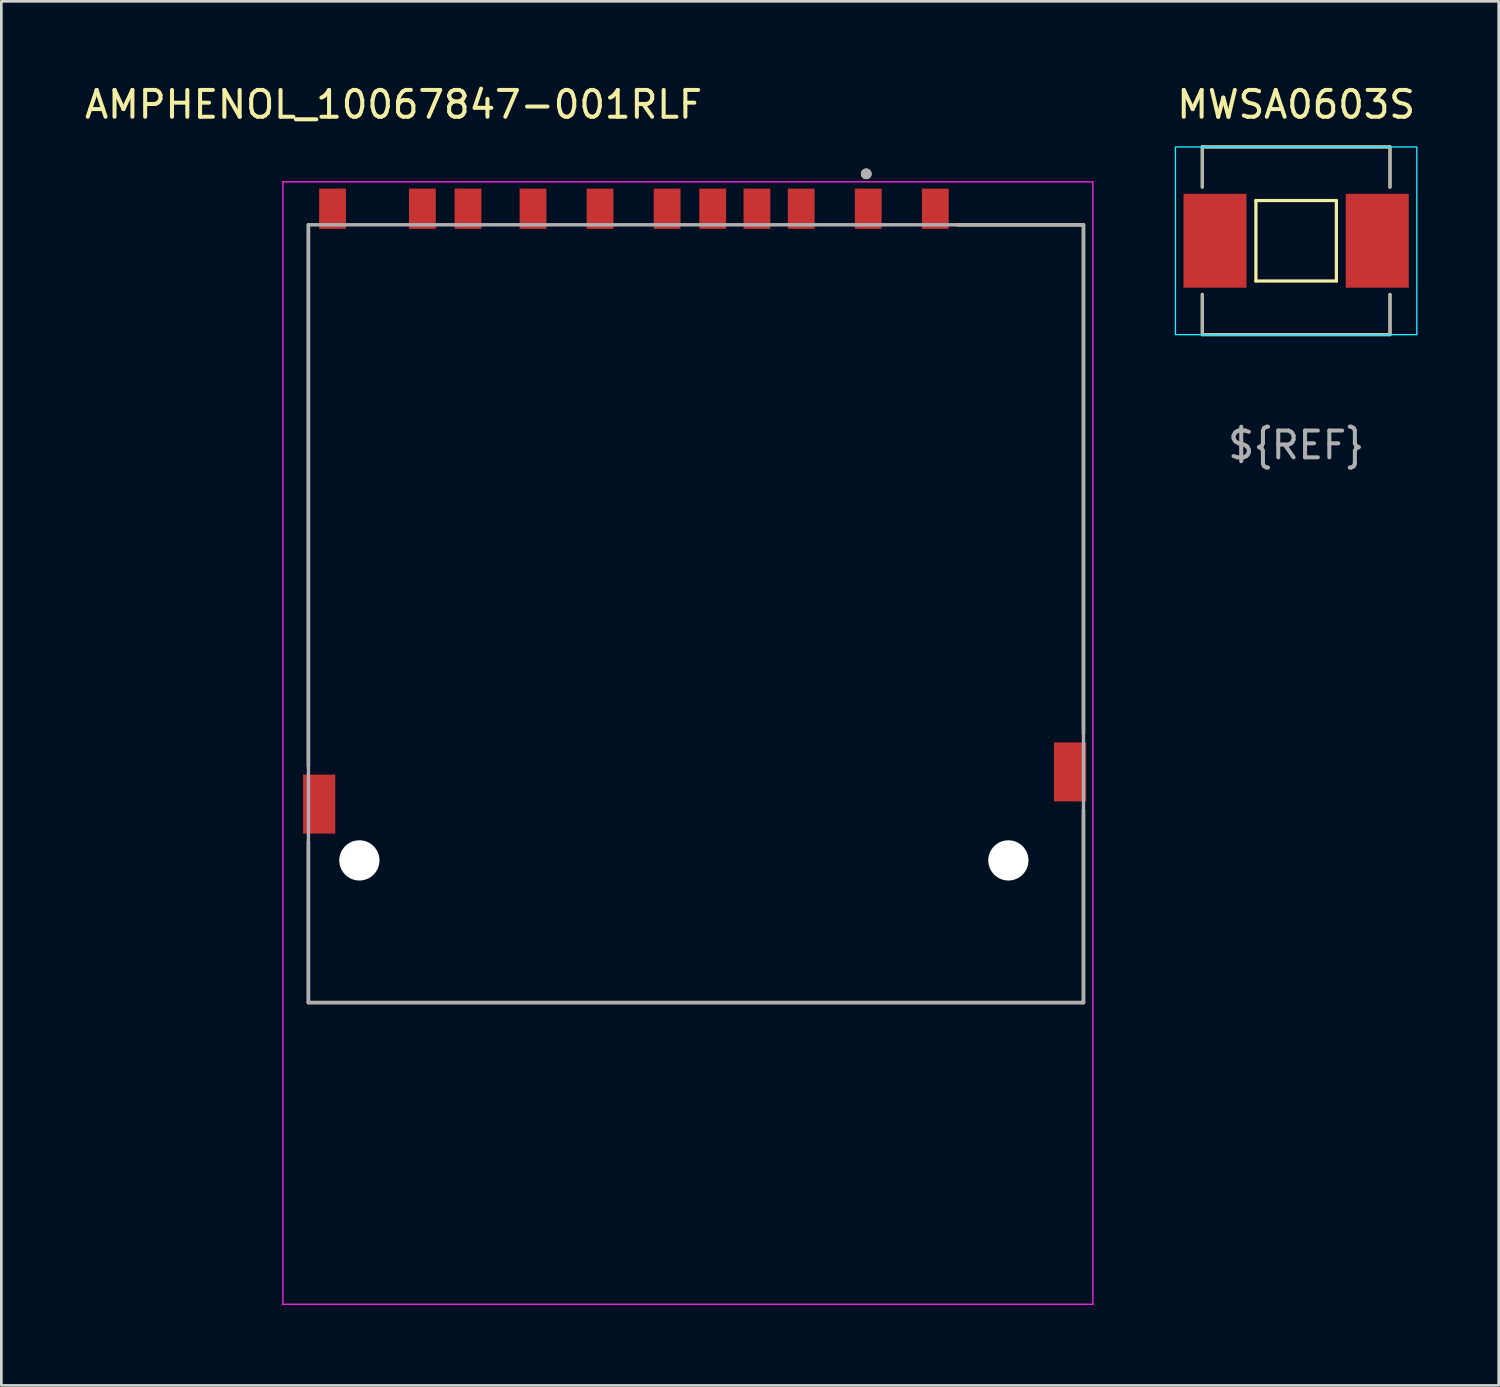
<source format=kicad_pcb>
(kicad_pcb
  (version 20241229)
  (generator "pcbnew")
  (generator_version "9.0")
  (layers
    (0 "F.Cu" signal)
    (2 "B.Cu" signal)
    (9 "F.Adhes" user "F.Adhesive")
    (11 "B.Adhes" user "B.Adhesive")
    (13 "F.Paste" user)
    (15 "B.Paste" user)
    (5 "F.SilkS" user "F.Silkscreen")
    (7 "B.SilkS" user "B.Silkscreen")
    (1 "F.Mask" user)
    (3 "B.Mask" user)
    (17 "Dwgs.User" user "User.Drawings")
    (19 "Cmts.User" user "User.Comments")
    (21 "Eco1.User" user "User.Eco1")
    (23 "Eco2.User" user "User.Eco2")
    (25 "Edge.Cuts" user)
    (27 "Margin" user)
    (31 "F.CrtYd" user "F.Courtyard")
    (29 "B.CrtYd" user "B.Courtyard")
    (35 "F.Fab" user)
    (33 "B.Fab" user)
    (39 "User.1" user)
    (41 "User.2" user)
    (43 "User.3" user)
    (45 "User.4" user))
  (footprint "AMPHENOL_10067847-001RLF"
    (layer "F.Cu")
    (at 22.45 29.032)
    (property "Reference" "AMPHENOL_10067847-001RLF" (at -10.825 -28.184 0) (layer "F.SilkS") (effects (font (size 1 1) (thickness 0.15))))
    (attr smd)
    (fp_line (start -14 -23.7) (end -14 -3.52) (stroke (width 0.127) (type solid)) (layer "F.SilkS"))
    (fp_line (start -14 -0.68) (end -14 5.3) (stroke (width 0.127) (type solid)) (layer "F.SilkS"))
    (fp_line (start -14 5.3) (end 14.9 5.3) (stroke (width 0.127) (type solid)) (layer "F.SilkS"))
    (fp_line (start 10.195 -23.7) (end 14.9 -23.7) (stroke (width 0.127) (type solid)) (layer "F.SilkS"))
    (fp_line (start 14.9 -23.7) (end 14.9 -4.72) (stroke (width 0.127) (type solid)) (layer "F.SilkS"))
    (fp_line (start 14.9 5.3) (end 14.9 -1.88) (stroke (width 0.127) (type solid)) (layer "F.SilkS"))
    (fp_circle (center 6.8 -25.6) (end 6.9 -25.6) (stroke (width 0.2) (type solid)) (fill no) (layer "F.SilkS"))
    (fp_line (start -14.95 -25.3) (end 15.25 -25.3) (stroke (width 0.05) (type solid)) (layer "F.CrtYd"))
    (fp_line (start -14.95 16.55) (end -14.95 -25.3) (stroke (width 0.05) (type solid)) (layer "F.CrtYd"))
    (fp_line (start 15.25 -25.3) (end 15.25 16.55) (stroke (width 0.05) (type solid)) (layer "F.CrtYd"))
    (fp_line (start 15.25 16.55) (end -14.95 16.55) (stroke (width 0.05) (type solid)) (layer "F.CrtYd"))
    (fp_line (start -14 -23.7) (end 14.9 -23.7) (stroke (width 0.127) (type solid)) (layer "F.Fab"))
    (fp_line (start -14 5.3) (end -14 -23.7) (stroke (width 0.127) (type solid)) (layer "F.Fab"))
    (fp_line (start 14.9 -23.7) (end 14.9 5.3) (stroke (width 0.127) (type solid)) (layer "F.Fab"))
    (fp_line (start 14.9 5.3) (end -14 5.3) (stroke (width 0.127) (type solid)) (layer "F.Fab"))
    (fp_circle (center 6.8 -25.6) (end 6.9 -25.6) (stroke (width 0.2) (type solid)) (fill no) (layer "F.Fab"))
    (pad "" np_thru_hole circle (at -12.1 0) (size 1.5 1.5) (drill 1.5) (layers "*.Cu" "*.Mask"))
    (pad "" np_thru_hole circle (at 12.1 0) (size 1.5 1.5) (drill 1.5) (layers "*.Cu" "*.Mask"))
    (pad "1" smd rect (at 6.875 -24.3) (size 1 1.5) (layers "F.Cu" "F.Mask" "F.Paste"))
    (pad "2" smd rect (at 4.375 -24.3) (size 1 1.5) (layers "F.Cu" "F.Mask" "F.Paste"))
    (pad "3" smd rect (at 1.075 -24.3) (size 1 1.5) (layers "F.Cu" "F.Mask" "F.Paste"))
    (pad "4" smd rect (at -0.625 -24.3) (size 1 1.5) (layers "F.Cu" "F.Mask" "F.Paste"))
    (pad "5" smd rect (at -3.125 -24.3) (size 1 1.5) (layers "F.Cu" "F.Mask" "F.Paste"))
    (pad "6" smd rect (at -5.625 -24.3) (size 1 1.5) (layers "F.Cu" "F.Mask" "F.Paste"))
    (pad "7" smd rect (at -8.05 -24.3) (size 1 1.5) (layers "F.Cu" "F.Mask" "F.Paste"))
    (pad "8" smd rect (at -9.75 -24.3) (size 1 1.5) (layers "F.Cu" "F.Mask" "F.Paste"))
    (pad "9" smd rect (at 9.375 -24.3) (size 1 1.5) (layers "F.Cu" "F.Mask" "F.Paste"))
    (pad "CD" smd rect (at 2.725 -24.3) (size 1 1.5) (layers "F.Cu" "F.Mask" "F.Paste"))
    (pad "G1" smd rect (at -13.6 -2.1) (size 1.2 2.2) (layers "F.Cu" "F.Mask" "F.Paste"))
    (pad "G2" smd rect (at 14.4 -3.3) (size 1.2 2.2) (layers "F.Cu" "F.Mask" "F.Paste"))
    (pad "WP" smd rect (at -13.1 -24.3) (size 1 1.5) (layers "F.Cu" "F.Mask" "F.Paste"))
    (zone (net_name "") (layer "F.Cu") (hatch full 0.508) (connect_pads) (min_thickness 0.01) (filled_areas_thickness no) (keepout (tracks not_allowed) (vias not_allowed) (pads not_allowed) (copperpour not_allowed) (footprints allowed)) (placement (enabled no)) (fill) (polygon (pts (xy 7.75 14.532) (xy 8.95 14.532) (xy 8.95 20.832) (xy 7.75 20.832))))
    (zone (net_name "") (layer "F.Cu") (hatch full 0.508) (connect_pads) (min_thickness 0.01) (filled_areas_thickness no) (keepout (tracks not_allowed) (vias not_allowed) (pads not_allowed) (copperpour not_allowed) (footprints allowed)) (placement (enabled no)) (fill) (polygon (pts (xy 12.14 11.432) (xy 13.24 11.432) (xy 13.24 13.432) (xy 12.14 13.432))))
    (zone (net_name "") (layer "F.Cu") (hatch full 0.508) (connect_pads) (min_thickness 0.01) (filled_areas_thickness no) (keepout (tracks not_allowed) (vias not_allowed) (pads not_allowed) (copperpour not_allowed) (footprints allowed)) (placement (enabled no)) (fill) (polygon (pts (xy 13.84 11.432) (xy 14.94 11.432) (xy 14.94 13.432) (xy 13.84 13.432))))
    (zone (net_name "") (layer "F.Cu") (hatch full 0.508) (connect_pads) (min_thickness 0.01) (filled_areas_thickness no) (keepout (tracks not_allowed) (vias not_allowed) (pads not_allowed) (copperpour not_allowed) (footprints allowed)) (placement (enabled no)) (fill) (polygon (pts (xy 16.27 11.432) (xy 17.37 11.432) (xy 17.37 13.432) (xy 16.27 13.432))))
    (zone (net_name "") (layer "F.Cu") (hatch full 0.508) (connect_pads) (min_thickness 0.01) (filled_areas_thickness no) (keepout (tracks not_allowed) (vias not_allowed) (pads not_allowed) (copperpour not_allowed) (footprints allowed)) (placement (enabled no)) (fill) (polygon (pts (xy 18.77 11.432) (xy 19.87 11.432) (xy 19.87 13.432) (xy 18.77 13.432))))
    (zone (net_name "") (layer "F.Cu") (hatch full 0.508) (connect_pads) (min_thickness 0.01) (filled_areas_thickness no) (keepout (tracks not_allowed) (vias not_allowed) (pads not_allowed) (copperpour not_allowed) (footprints allowed)) (placement (enabled no)) (fill) (polygon (pts (xy 21.27 11.832) (xy 22.37 11.832) (xy 22.37 13.832) (xy 21.27 13.832))))
    (zone (net_name "") (layer "F.Cu") (hatch full 0.508) (connect_pads) (min_thickness 0.01) (filled_areas_thickness no) (keepout (tracks not_allowed) (vias not_allowed) (pads not_allowed) (copperpour not_allowed) (footprints allowed)) (placement (enabled no)) (fill) (polygon (pts (xy 23.37 11.332) (xy 25.27 11.332) (xy 25.27 13.832) (xy 23.37 13.832))))
    (zone (net_name "") (layer "F.Cu") (hatch full 0.508) (connect_pads) (min_thickness 0.01) (filled_areas_thickness no) (keepout (tracks not_allowed) (vias not_allowed) (pads not_allowed) (copperpour not_allowed) (footprints allowed)) (placement (enabled no)) (fill) (polygon (pts (xy 26.27 11.532) (xy 27.37 11.532) (xy 27.37 13.532) (xy 26.27 13.532))))
    (zone (net_name "") (layer "F.Cu") (hatch full 0.508) (connect_pads) (min_thickness 0.01) (filled_areas_thickness no) (keepout (tracks not_allowed) (vias not_allowed) (pads not_allowed) (copperpour not_allowed) (footprints allowed)) (placement (enabled no)) (fill) (polygon (pts (xy 28.77 10.732) (xy 29.87 10.732) (xy 29.87 13.232) (xy 28.77 13.232))))
    (zone (net_name "") (layer "F.Cu") (hatch full 0.508) (connect_pads) (min_thickness 0.01) (filled_areas_thickness no) (keepout (tracks not_allowed) (vias not_allowed) (pads not_allowed) (copperpour not_allowed) (footprints allowed)) (placement (enabled no)) (fill) (polygon (pts (xy 31.27 13.832) (xy 32.37 13.832) (xy 32.37 15.832) (xy 31.27 15.832))))
    (zone (net_name "") (layers "F.Cu" "B.Cu") (hatch full 0.508) (connect_pads) (min_thickness 0.01) (filled_areas_thickness no) (keepout (tracks allowed) (vias not_allowed) (pads allowed) (copperpour allowed) (footprints allowed)) (placement (enabled no)) (fill) (polygon (pts (xy 7.75 14.532) (xy 8.95 14.532) (xy 8.95 20.832) (xy 7.75 20.832))))
    (zone (net_name "") (layers "F.Cu" "B.Cu") (hatch full 0.508) (connect_pads) (min_thickness 0.01) (filled_areas_thickness no) (keepout (tracks allowed) (vias not_allowed) (pads allowed) (copperpour allowed) (footprints allowed)) (placement (enabled no)) (fill) (polygon (pts (xy 12.14 11.432) (xy 13.24 11.432) (xy 13.24 13.432) (xy 12.14 13.432))))
    (zone (net_name "") (layers "F.Cu" "B.Cu") (hatch full 0.508) (connect_pads) (min_thickness 0.01) (filled_areas_thickness no) (keepout (tracks allowed) (vias not_allowed) (pads allowed) (copperpour allowed) (footprints allowed)) (placement (enabled no)) (fill) (polygon (pts (xy 13.84 11.432) (xy 14.94 11.432) (xy 14.94 13.432) (xy 13.84 13.432))))
    (zone (net_name "") (layers "F.Cu" "B.Cu") (hatch full 0.508) (connect_pads) (min_thickness 0.01) (filled_areas_thickness no) (keepout (tracks allowed) (vias not_allowed) (pads allowed) (copperpour allowed) (footprints allowed)) (placement (enabled no)) (fill) (polygon (pts (xy 16.27 11.432) (xy 17.37 11.432) (xy 17.37 13.432) (xy 16.27 13.432))))
    (zone (net_name "") (layers "F.Cu" "B.Cu") (hatch full 0.508) (connect_pads) (min_thickness 0.01) (filled_areas_thickness no) (keepout (tracks allowed) (vias not_allowed) (pads allowed) (copperpour allowed) (footprints allowed)) (placement (enabled no)) (fill) (polygon (pts (xy 18.77 11.432) (xy 19.87 11.432) (xy 19.87 13.432) (xy 18.77 13.432))))
    (zone (net_name "") (layers "F.Cu" "B.Cu") (hatch full 0.508) (connect_pads) (min_thickness 0.01) (filled_areas_thickness no) (keepout (tracks allowed) (vias not_allowed) (pads allowed) (copperpour allowed) (footprints allowed)) (placement (enabled no)) (fill) (polygon (pts (xy 21.27 11.832) (xy 22.37 11.832) (xy 22.37 13.832) (xy 21.27 13.832))))
    (zone (net_name "") (layers "F.Cu" "B.Cu") (hatch full 0.508) (connect_pads) (min_thickness 0.01) (filled_areas_thickness no) (keepout (tracks allowed) (vias not_allowed) (pads allowed) (copperpour allowed) (footprints allowed)) (placement (enabled no)) (fill) (polygon (pts (xy 23.37 11.332) (xy 25.27 11.332) (xy 25.27 13.832) (xy 23.37 13.832))))
    (zone (net_name "") (layers "F.Cu" "B.Cu") (hatch full 0.508) (connect_pads) (min_thickness 0.01) (filled_areas_thickness no) (keepout (tracks allowed) (vias not_allowed) (pads allowed) (copperpour allowed) (footprints allowed)) (placement (enabled no)) (fill) (polygon (pts (xy 26.27 11.532) (xy 27.37 11.532) (xy 27.37 13.532) (xy 26.27 13.532))))
    (zone (net_name "") (layers "F.Cu" "B.Cu") (hatch full 0.508) (connect_pads) (min_thickness 0.01) (filled_areas_thickness no) (keepout (tracks allowed) (vias not_allowed) (pads allowed) (copperpour allowed) (footprints allowed)) (placement (enabled no)) (fill) (polygon (pts (xy 28.77 10.732) (xy 29.87 10.732) (xy 29.87 13.232) (xy 28.77 13.232))))
    (zone (net_name "") (layers "F.Cu" "B.Cu") (hatch full 0.508) (connect_pads) (min_thickness 0.01) (filled_areas_thickness no) (keepout (tracks allowed) (vias not_allowed) (pads allowed) (copperpour allowed) (footprints allowed)) (placement (enabled no)) (fill) (polygon (pts (xy 31.27 13.832) (xy 32.37 13.832) (xy 32.37 15.832) (xy 31.27 15.832)))))
  (footprint "MWSA0603S"
    (layer "F.Cu")
    (at 45.279 5.928)
    (property "Reference" "MWSA0603S" (at 0 -5.08 0) (unlocked yes) (layer "F.SilkS") (effects (font (size 1 1) (thickness 0.15))))
    (attr smd)
    (fp_line (start -3.5 -3.5) (end 3.5 -3.5) (stroke (width 0.12) (type solid)) (layer "F.SilkS"))
    (fp_line (start -3.5 -2) (end -3.5 -3.5) (stroke (width 0.12) (type solid)) (layer "F.SilkS"))
    (fp_line (start -3.5 2) (end -3.5 3.5) (stroke (width 0.12) (type solid)) (layer "F.SilkS"))
    (fp_line (start -3.5 3.5) (end 3.5 3.5) (stroke (width 0.12) (type solid)) (layer "F.SilkS"))
    (fp_line (start -1.5 -1.5) (end -1.5 1.5) (stroke (width 0.12) (type solid)) (layer "F.SilkS"))
    (fp_line (start -1.5 1.5) (end 1.5 1.5) (stroke (width 0.12) (type solid)) (layer "F.SilkS"))
    (fp_line (start 1.5 -1.5) (end -1.5 -1.5) (stroke (width 0.12) (type solid)) (layer "F.SilkS"))
    (fp_line (start 1.5 1.5) (end 1.5 -1.5) (stroke (width 0.12) (type solid)) (layer "F.SilkS"))
    (fp_line (start 3.5 -3.5) (end 3.5 -2) (stroke (width 0.12) (type solid)) (layer "F.SilkS"))
    (fp_line (start 3.5 3.5) (end 3.5 2) (stroke (width 0.12) (type solid)) (layer "F.SilkS"))
    (fp_rect (start -4.5 -3.5) (end 4.5 3.5) (stroke (width 0.05) (type solid)) (fill no) (layer "B.CrtYd"))
    (fp_line (start -3.5 -3.5) (end 3.5 -3.5) (stroke (width 0.1) (type solid)) (layer "F.Fab"))
    (fp_line (start -3.5 -2) (end -3.5 -3.5) (stroke (width 0.1) (type solid)) (layer "F.Fab"))
    (fp_line (start -3.5 2) (end -3.5 3.5) (stroke (width 0.1) (type solid)) (layer "F.Fab"))
    (fp_line (start -3.5 3.5) (end 3.5 3.5) (stroke (width 0.1) (type solid)) (layer "F.Fab"))
    (fp_line (start 3.5 -3.5) (end 3.5 -2) (stroke (width 0.1) (type solid)) (layer "F.Fab"))
    (fp_line (start 3.5 3.5) (end 3.5 2) (stroke (width 0.1) (type solid)) (layer "F.Fab"))
    (fp_text user "${REF}" (at 0 7.62 0) (unlocked yes) (layer "F.Fab") (effects (font (size 1 1) (thickness 0.15))))
    (pad "1" smd rect (at -3.025 0) (size 2.35 3.5) (layers "F.Cu" "F.Mask" "F.Paste"))
    (pad "2" smd rect (at 3.025 0) (size 2.35 3.5) (layers "F.Cu" "F.Mask" "F.Paste")))
  (gr_rect
    (start -3 -3)
    (end 52.832 48.607)
    (stroke (width 0.1) (type default))
    (fill no)
    (layer "Edge.Cuts")))
</source>
